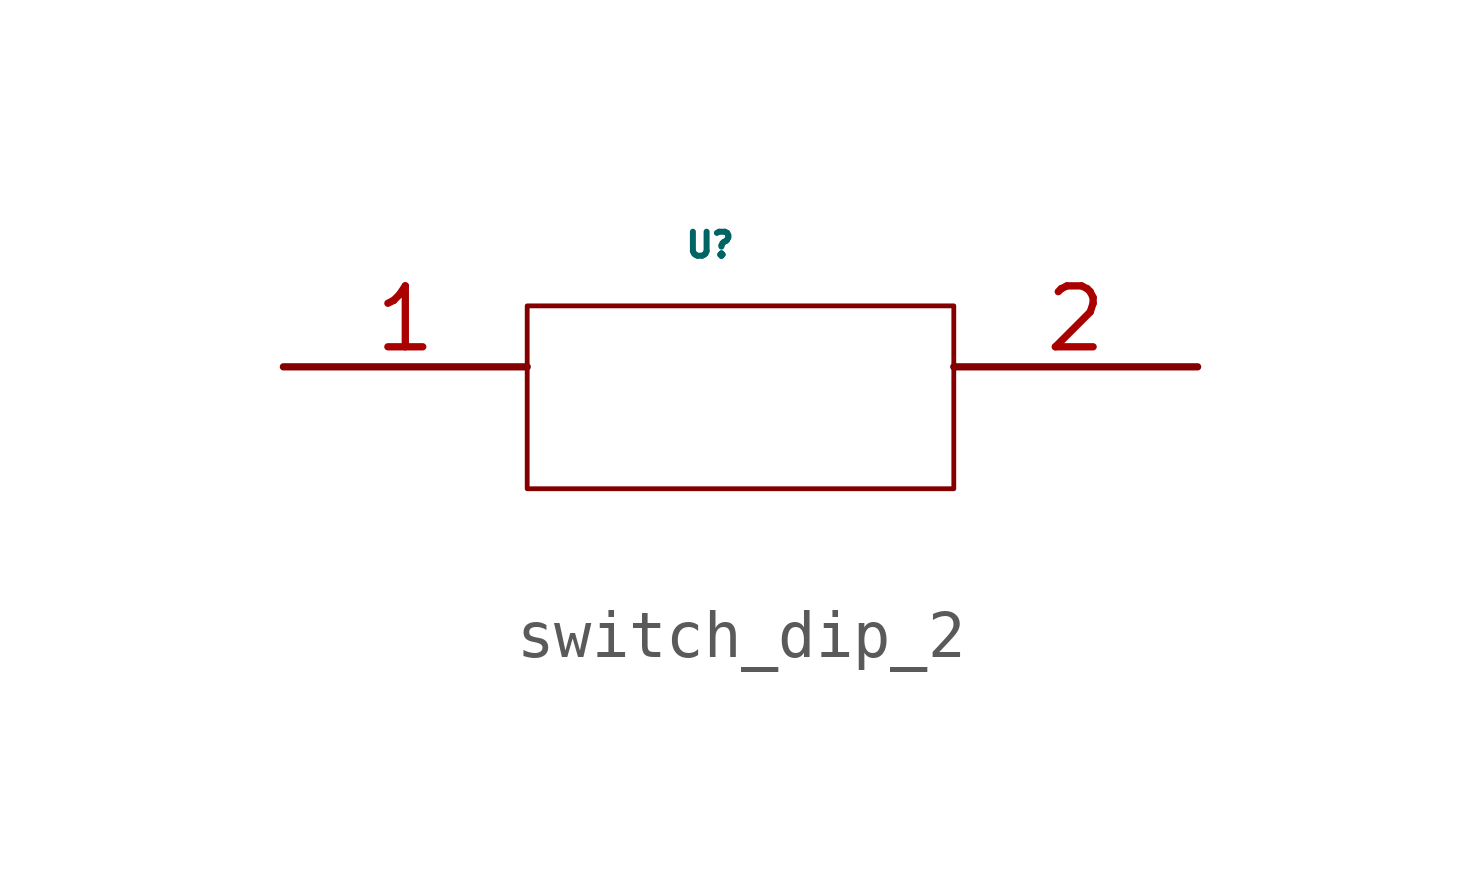
<source format=kicad_sym>
(kicad_symbol_lib
  (version 20220914)
  (generator kicad_symbol_editor)
  (symbol "switch_dip_2"
    (property "Reference" "U"
      (at -1.27 2.54 0)
      (effects (font (size 0.5 0.5))))
    (property "Value" ""
      (at 0 -3.81 0)
      (effects (font (size 1.27 1.27))))
    (symbol "switch_dip_2_1_1"
      (rectangle (start -5.08 1.27) (end 3.81 -2.54) (stroke (width 0.1) (type default) (color 132 0 0 1)) (fill (type none)))
      (pin input line (at -5.08 0 180) (length 5.08) (name "" (effects (font (size 1.27 1.27)))) (number "1" (effects (font (size 1.27 1.27)))))
      (pin output line (at 3.81 0 0) (length 5.08) (name "" (effects (font (size 1.27 1.27)))) (number "2" (effects (font (size 1.27 1.27))))))))
</source>
